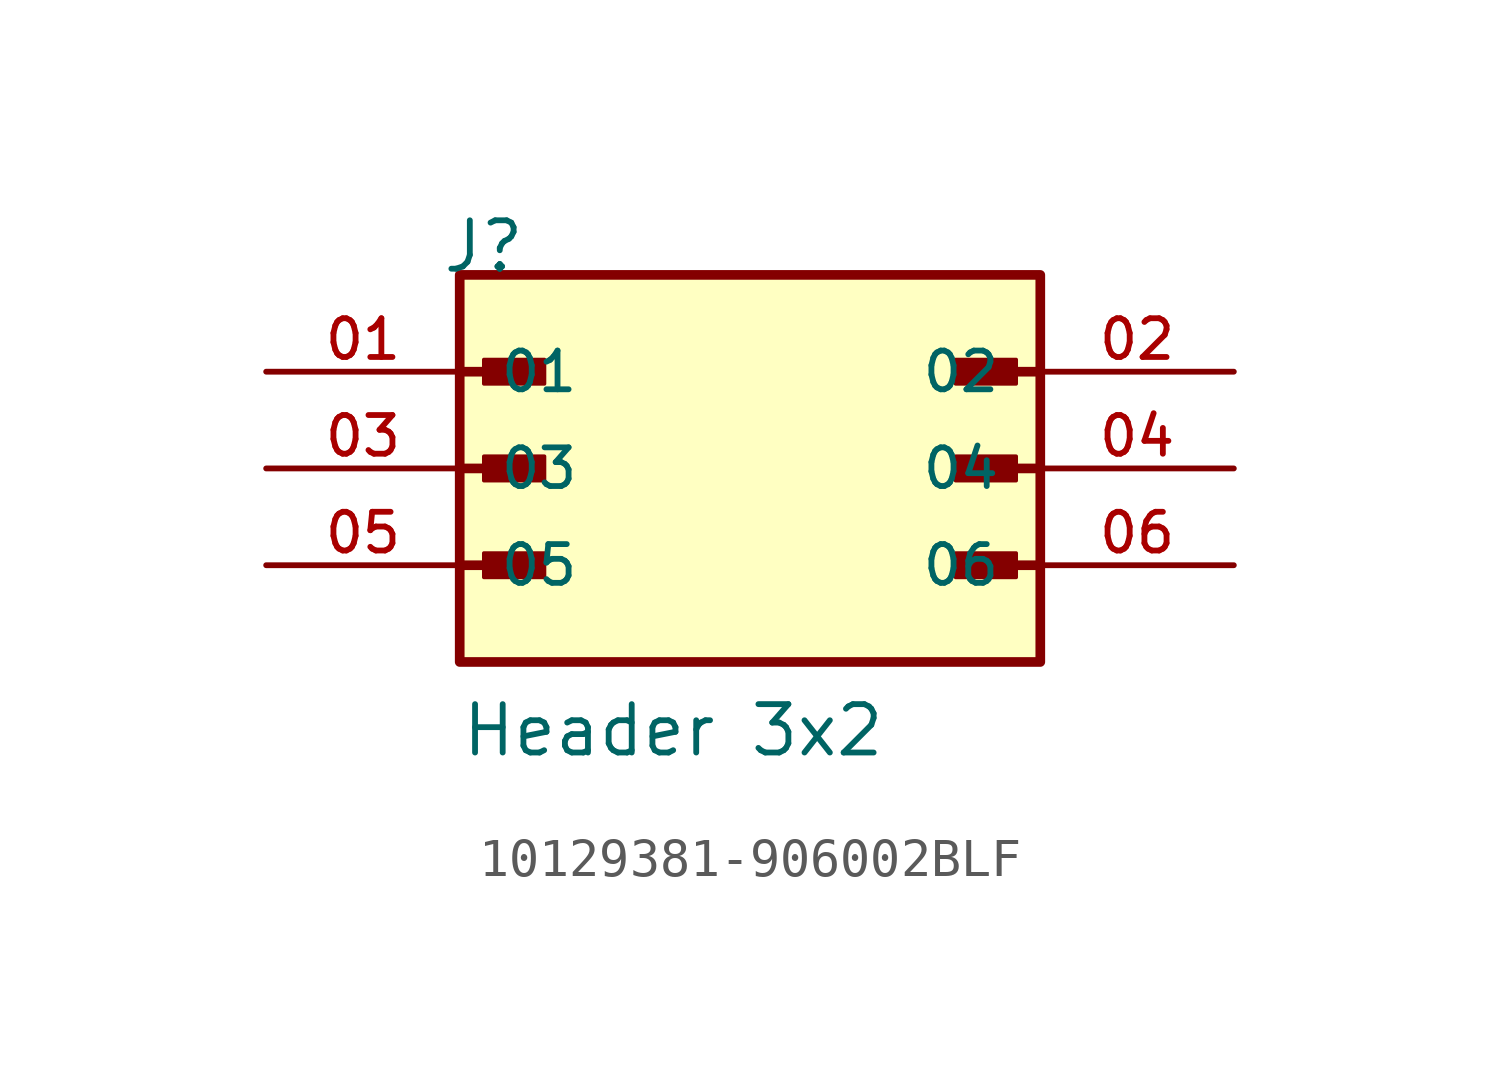
<source format=kicad_sym>
(kicad_symbol_lib
  (version 20241209)
  (generator "kicad_symbol_editor")
  (generator_version "9.0")
  (symbol "10129381-906002BLF"
    (pin_names
      (offset 1.016))
    (property "Reference" "J"
      (at -8.12 5.08 0)
      (effects (font (size 1.27 1.27)) (justify left bottom)))
    (property "Value" "Header 3x2"
      (at -7.62 -7.62 0)
      (effects (font (size 1.27 1.27)) (justify left bottom)))
    (symbol "10129381-906002BLF_0_0"
      (polyline (pts (xy -7.62 2.54) (xy -5.715 2.54)) (stroke (width 0.254) (type default)) (fill (type none)))
      (polyline (pts (xy -7.62 0) (xy -5.715 0)) (stroke (width 0.254) (type default)) (fill (type none)))
      (polyline (pts (xy -7.62 -2.54) (xy -5.715 -2.54)) (stroke (width 0.254) (type default)) (fill (type none)))
      (rectangle (start -7.62 -5.08) (end 7.62 5.08) (stroke (width 0.254) (type default)) (fill (type background)))
      (rectangle (start -6.985 2.223) (end -5.397 2.857) (stroke (width 0.1) (type default)) (fill (type outline)))
      (rectangle (start -6.985 -0.318) (end -5.397 0.318) (stroke (width 0.1) (type default)) (fill (type outline)))
      (rectangle (start -6.985 -2.857) (end -5.397 -2.223) (stroke (width 0.1) (type default)) (fill (type outline)))
      (rectangle (start 6.985 2.223) (end 5.397 2.857) (stroke (width 0.1) (type default)) (fill (type outline)))
      (rectangle (start 6.985 -0.318) (end 5.397 0.318) (stroke (width 0.1) (type default)) (fill (type outline)))
      (rectangle (start 6.985 -2.857) (end 5.397 -2.223) (stroke (width 0.1) (type default)) (fill (type outline)))
      (polyline (pts (xy 7.62 2.54) (xy 5.715 2.54)) (stroke (width 0.254) (type default)) (fill (type none)))
      (polyline (pts (xy 7.62 0) (xy 5.715 0)) (stroke (width 0.254) (type default)) (fill (type none)))
      (polyline (pts (xy 7.62 -2.54) (xy 5.715 -2.54)) (stroke (width 0.254) (type default)) (fill (type none)))
      (pin passive line (at -12.7 2.54 0) (length 5.08) (name "01" (effects (font (size 1.016 1.016)))) (number "01" (effects (font (size 1.016 1.016)))))
      (pin passive line (at -12.7 0 0) (length 5.08) (name "03" (effects (font (size 1.016 1.016)))) (number "03" (effects (font (size 1.016 1.016)))))
      (pin passive line (at -12.7 -2.54 0) (length 5.08) (name "05" (effects (font (size 1.016 1.016)))) (number "05" (effects (font (size 1.016 1.016)))))
      (pin passive line (at 12.7 2.54 180) (length 5.08) (name "02" (effects (font (size 1.016 1.016)))) (number "02" (effects (font (size 1.016 1.016)))))
      (pin passive line (at 12.7 0 180) (length 5.08) (name "04" (effects (font (size 1.016 1.016)))) (number "04" (effects (font (size 1.016 1.016)))))
      (pin passive line (at 12.7 -2.54 180) (length 5.08) (name "06" (effects (font (size 1.016 1.016)))) (number "06" (effects (font (size 1.016 1.016))))))))
</source>
